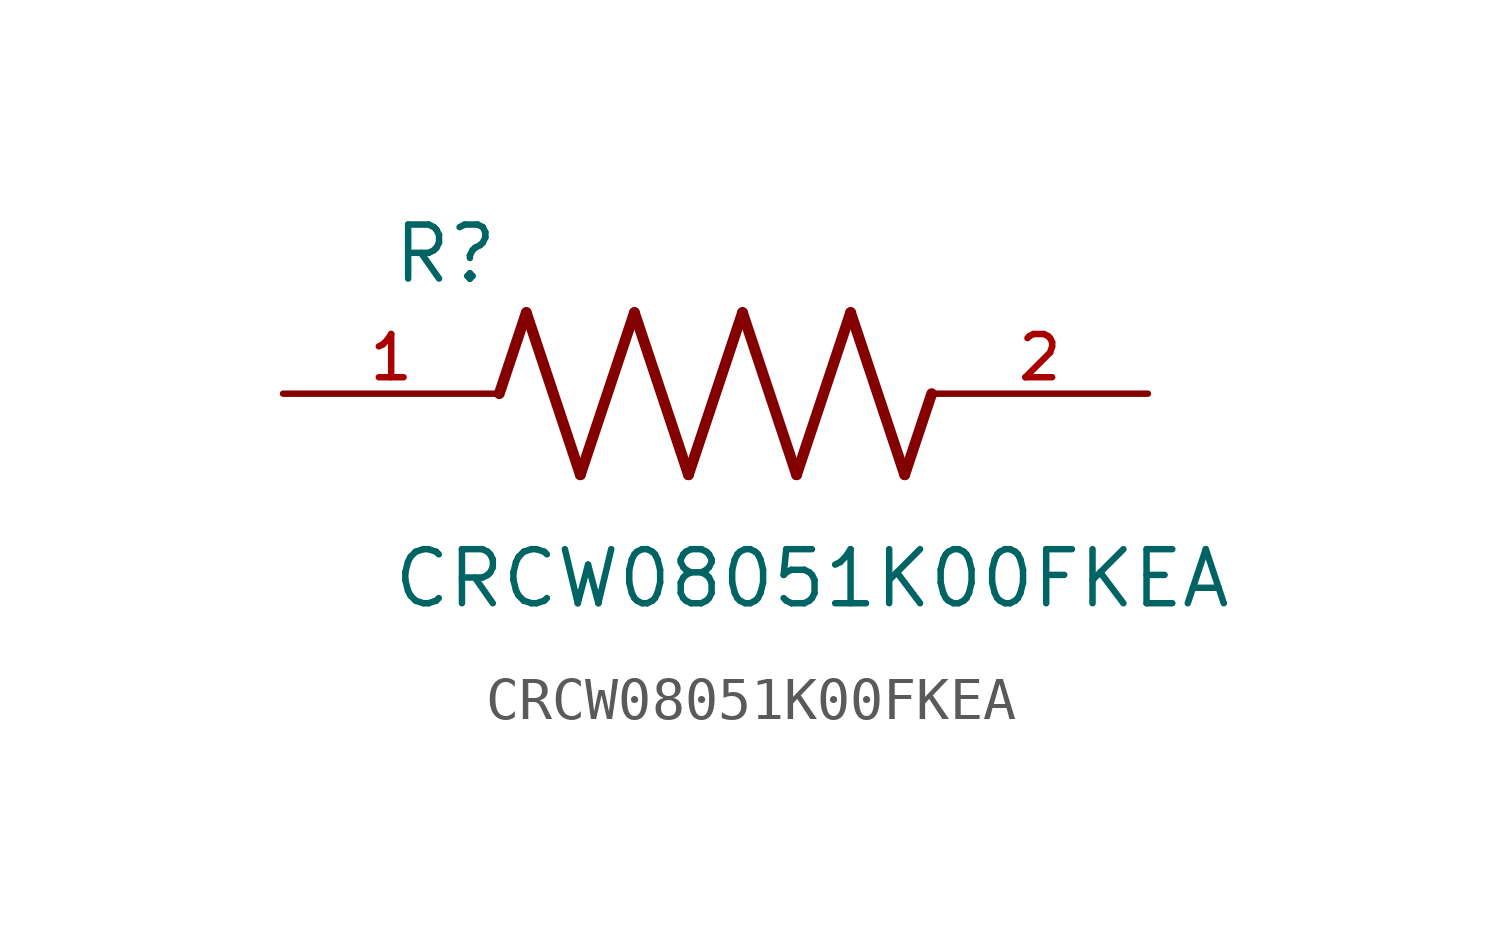
<source format=kicad_sym>
(kicad_symbol_lib
  (version 20211014)
  (generator kicad_symbol_editor)
  (symbol "CRCW08051K00FKEA"
    (pin_names
      (offset 1.016))
    (property "Reference" "R"
      (at -7.624 2.541 0)
      (effects (font (size 1.27 1.27)) (justify bottom left)))
    (property "Value" "CRCW08051K00FKEA"
      (at -7.63 -5.087 0)
      (effects (font (size 1.27 1.27)) (justify bottom left)))
    (symbol "CRCW08051K00FKEA_0_0"
      (polyline (pts (xy -5.08 0.0) (xy -4.445 1.905)) (stroke (width 0.254)))
      (polyline (pts (xy -4.445 1.905) (xy -3.175 -1.905)) (stroke (width 0.254)))
      (polyline (pts (xy -3.175 -1.905) (xy -1.905 1.905)) (stroke (width 0.254)))
      (polyline (pts (xy -1.905 1.905) (xy -0.635 -1.905)) (stroke (width 0.254)))
      (polyline (pts (xy -0.635 -1.905) (xy 0.635 1.905)) (stroke (width 0.254)))
      (polyline (pts (xy 0.635 1.905) (xy 1.905 -1.905)) (stroke (width 0.254)))
      (polyline (pts (xy 1.905 -1.905) (xy 3.175 1.905)) (stroke (width 0.254)))
      (polyline (pts (xy 3.175 1.905) (xy 4.445 -1.905)) (stroke (width 0.254)))
      (polyline (pts (xy 4.445 -1.905) (xy 5.08 0.0)) (stroke (width 0.254)))
      (pin passive line (at -10.16 0.0 0) (length 5.08) (name "~" (effects (font (size 1.016 1.016)))) (number "1" (effects (font (size 1.016 1.016)))))
      (pin passive line (at 10.16 0.0 180.0) (length 5.08) (name "~" (effects (font (size 1.016 1.016)))) (number "2" (effects (font (size 1.016 1.016))))))))
</source>
